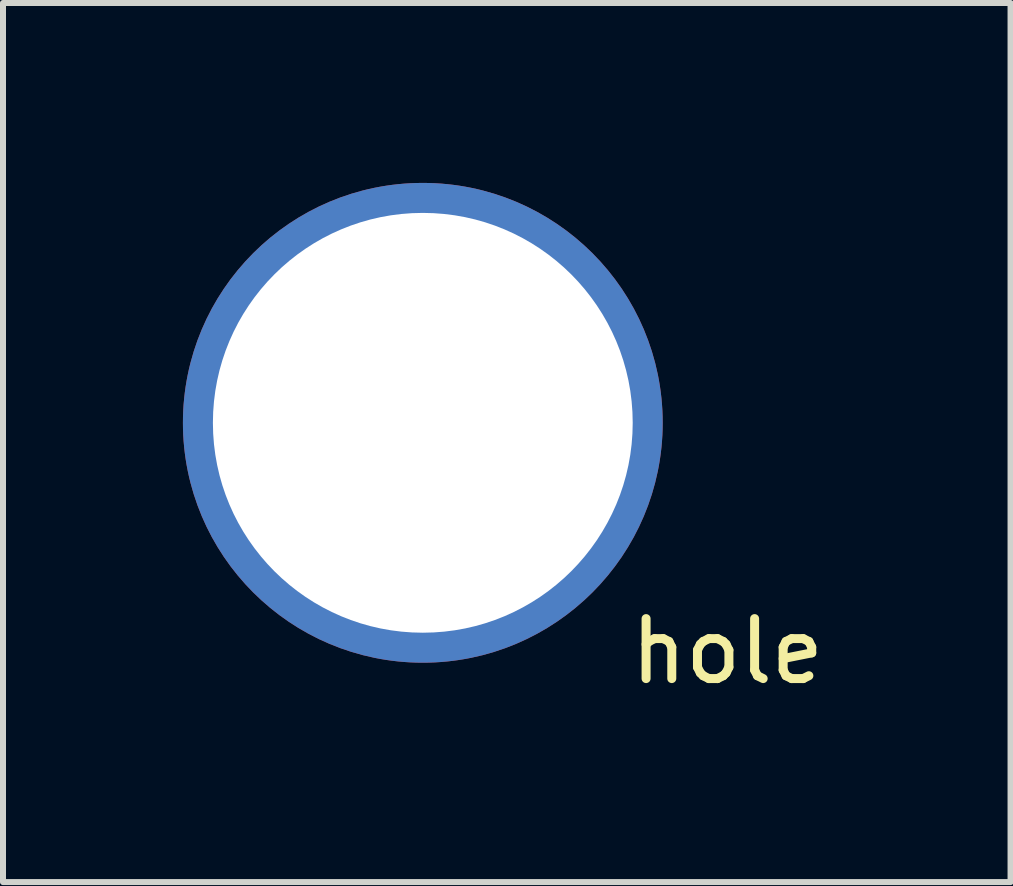
<source format=kicad_pcb>
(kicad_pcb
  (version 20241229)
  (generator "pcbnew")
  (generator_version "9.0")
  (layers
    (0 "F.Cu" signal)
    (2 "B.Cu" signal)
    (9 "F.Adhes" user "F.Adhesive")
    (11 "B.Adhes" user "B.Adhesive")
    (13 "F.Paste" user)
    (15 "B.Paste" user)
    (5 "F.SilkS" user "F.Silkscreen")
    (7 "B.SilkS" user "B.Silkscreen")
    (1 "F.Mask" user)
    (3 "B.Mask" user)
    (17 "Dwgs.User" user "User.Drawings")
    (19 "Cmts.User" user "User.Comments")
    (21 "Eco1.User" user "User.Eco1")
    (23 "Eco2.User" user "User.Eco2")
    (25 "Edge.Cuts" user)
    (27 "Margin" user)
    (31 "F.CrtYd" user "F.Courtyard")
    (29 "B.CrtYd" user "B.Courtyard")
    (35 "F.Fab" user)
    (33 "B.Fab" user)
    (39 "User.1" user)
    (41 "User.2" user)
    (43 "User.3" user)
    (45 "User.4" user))
  (footprint "hole"
    (layer "F.Cu")
    (at 4 4)
    (property "Reference" "hole" (at 5.08 3.81 0) (layer "F.SilkS") (effects (font (size 1 1) (thickness 0.15))))
    (attr through_hole)
    (pad "" np_thru_hole circle (at 0 0) (size 8 8) (drill 7) (layers "*.Cu" "*.Mask")))
  (gr_rect
    (start -3 -3)
    (end 13.8 11.658)
    (stroke (width 0.1) (type default))
    (fill no)
    (layer "Edge.Cuts")))
</source>
